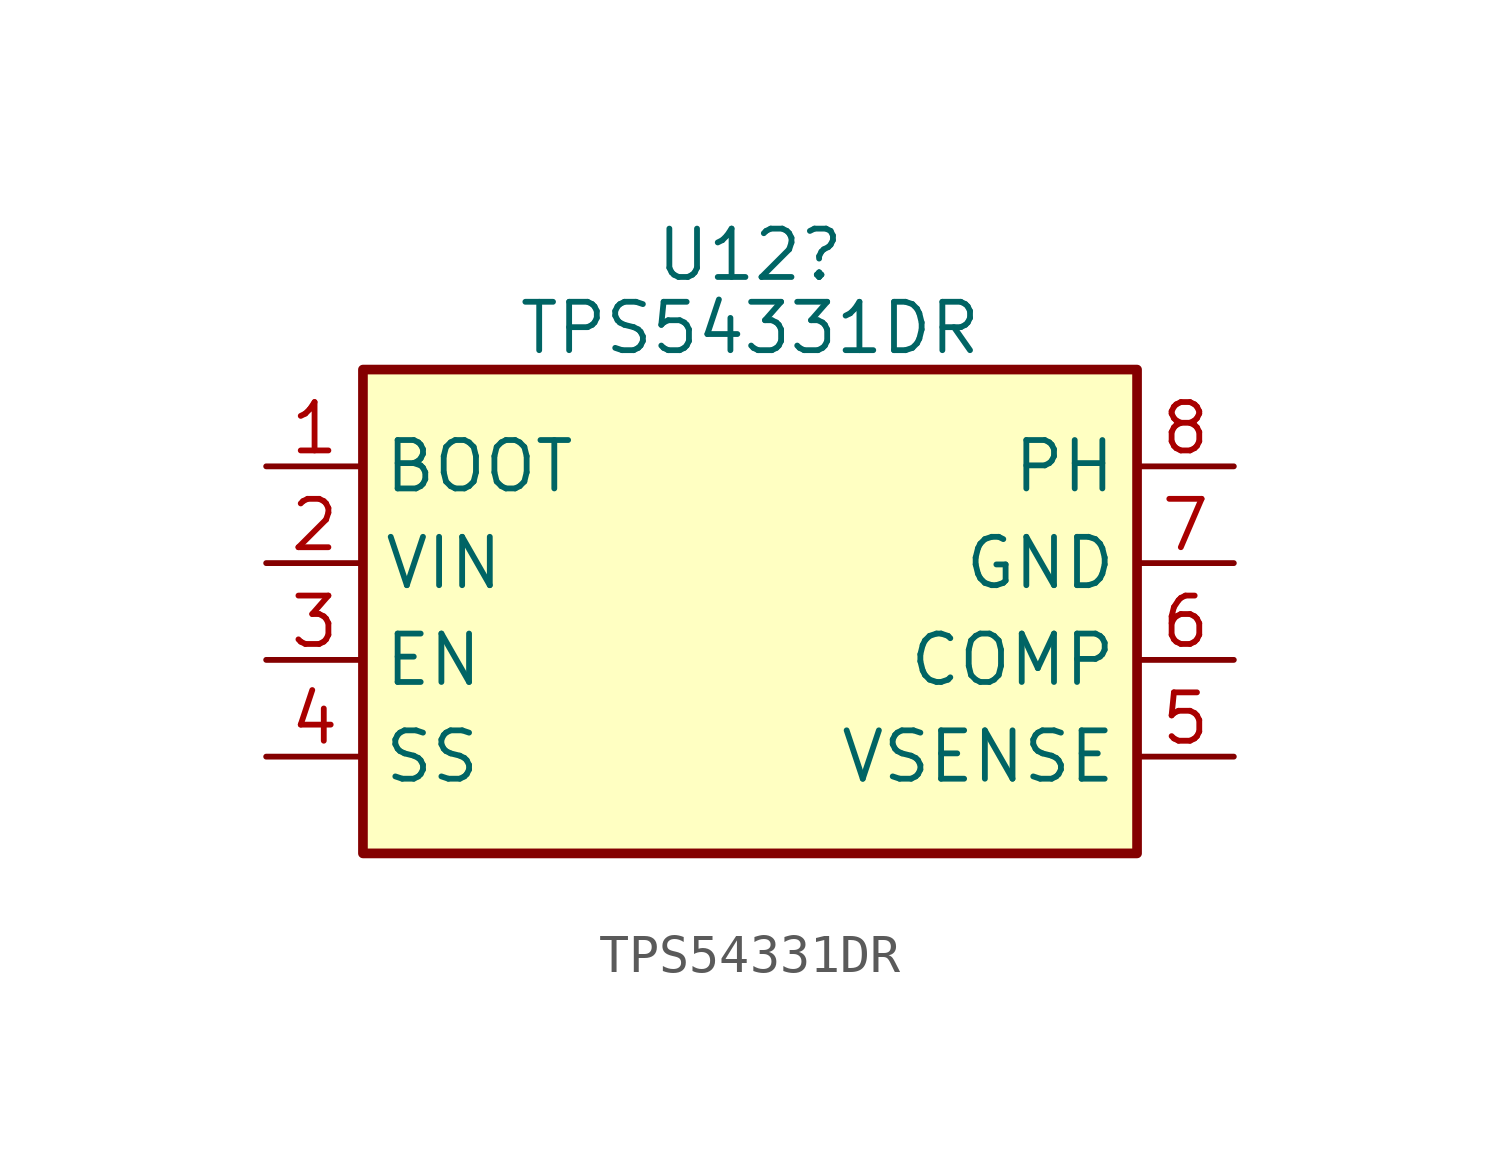
<source format=kicad_sym>
(kicad_symbol_lib
  (version 20241209)
  (generator "kicad_symbol_editor")
  (generator_version "9.0")
  (symbol "TPS54331DR"
    (property "Reference" "U12"
      (at 0 10.63 0)
      (effects (font (size 1.27 1.27))))
    (property "Value" "TPS54331DR"
      (at 0 8.709 0)
      (effects (font (size 1.27 1.27))))
    (property "Description" ""
      (at 0 0 0)
      (effects (font (size 1.27 1.27))))
    (symbol "TPS54331DR_0_1"
      (rectangle (start -10.16 7.62) (end 10.16 -5.08) (stroke (width 0.254) (type default)) (fill (type background))))
    (symbol "TPS54331DR_1_1"
      (pin input line (at -12.7 5.08 0) (length 2.54) (name "BOOT" (effects (font (size 1.27 1.27)))) (number "1" (effects (font (size 1.27 1.27)))))
      (pin power_in line (at -12.7 2.54 0) (length 2.54) (name "VIN" (effects (font (size 1.27 1.27)))) (number "2" (effects (font (size 1.27 1.27)))))
      (pin input line (at -12.7 0 0) (length 2.54) (name "EN" (effects (font (size 1.27 1.27)))) (number "3" (effects (font (size 1.27 1.27)))))
      (pin input line (at -12.7 -2.54 0) (length 2.54) (name "SS" (effects (font (size 1.27 1.27)))) (number "4" (effects (font (size 1.27 1.27)))))
      (pin output line (at 12.7 5.08 180) (length 2.54) (name "PH" (effects (font (size 1.27 1.27)))) (number "8" (effects (font (size 1.27 1.27)))))
      (pin power_in line (at 12.7 2.54 180) (length 2.54) (name "GND" (effects (font (size 1.27 1.27)))) (number "7" (effects (font (size 1.27 1.27)))))
      (pin input line (at 12.7 0 180) (length 2.54) (name "COMP" (effects (font (size 1.27 1.27)))) (number "6" (effects (font (size 1.27 1.27)))))
      (pin input line (at 12.7 -2.54 180) (length 2.54) (name "VSENSE" (effects (font (size 1.27 1.27)))) (number "5" (effects (font (size 1.27 1.27))))))))
</source>
